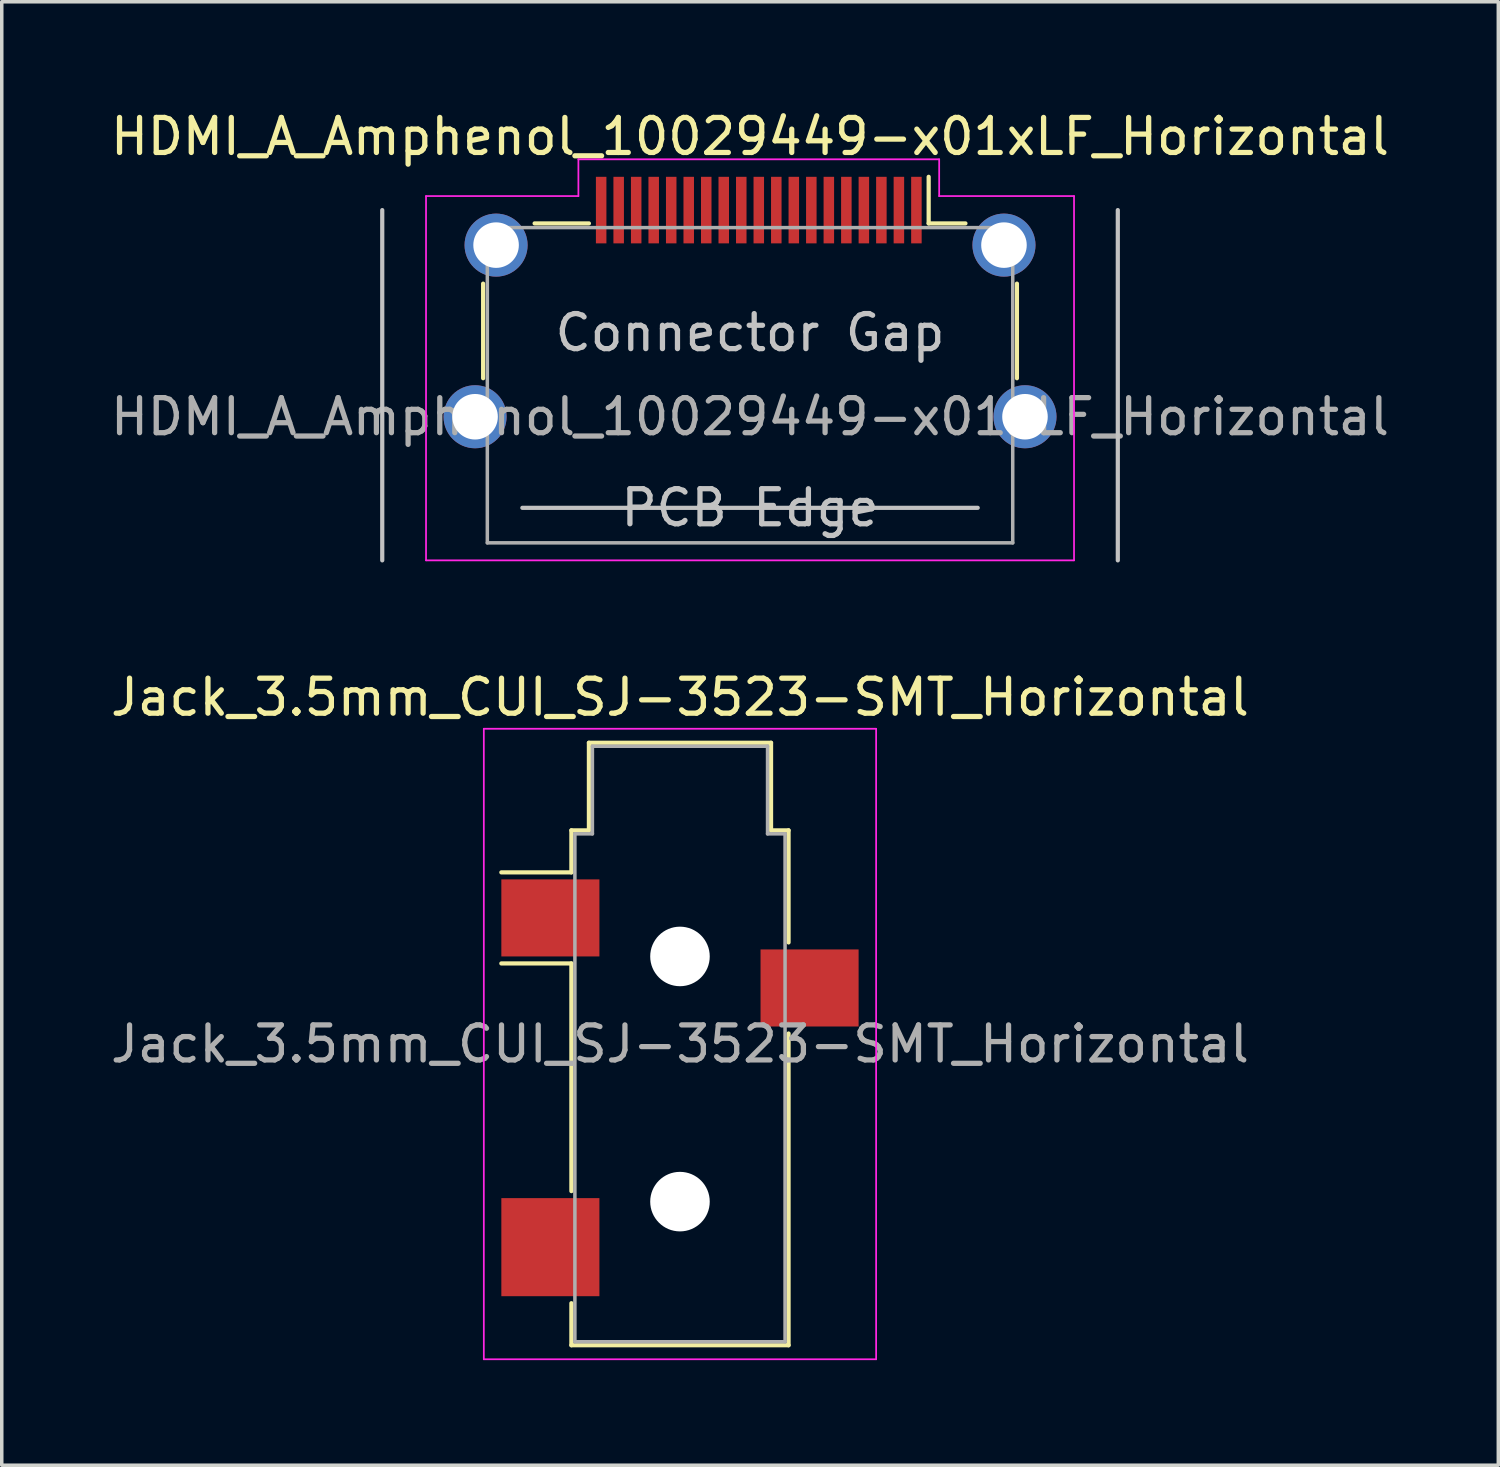
<source format=kicad_pcb>
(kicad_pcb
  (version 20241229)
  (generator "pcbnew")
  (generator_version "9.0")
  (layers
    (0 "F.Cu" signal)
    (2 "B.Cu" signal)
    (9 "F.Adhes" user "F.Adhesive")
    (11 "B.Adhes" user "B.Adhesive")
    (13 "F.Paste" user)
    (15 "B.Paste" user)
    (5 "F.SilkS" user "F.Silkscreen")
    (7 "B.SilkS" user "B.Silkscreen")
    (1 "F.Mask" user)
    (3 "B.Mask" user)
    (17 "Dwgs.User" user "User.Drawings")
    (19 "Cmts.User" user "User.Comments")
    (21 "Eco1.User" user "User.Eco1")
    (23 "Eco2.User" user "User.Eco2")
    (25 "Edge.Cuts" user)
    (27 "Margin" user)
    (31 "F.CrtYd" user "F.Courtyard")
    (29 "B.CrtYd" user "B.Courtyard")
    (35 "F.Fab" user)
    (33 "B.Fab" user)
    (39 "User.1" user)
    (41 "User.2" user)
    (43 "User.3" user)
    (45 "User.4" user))
  (footprint "Jack_3.5mm_CUI_SJ-3523-SMT_Horizontal"
    (layer "F.Cu")
    (at 16.363 26.756)
    (property "Reference" "Jack_3.5mm_CUI_SJ-3523-SMT_Horizontal" (at 0 -9.9 0) (layer "F.SilkS") (effects (font (size 1 1) (thickness 0.15))))
    (attr smd)
    (fp_line (start -3.1 -6.1) (end -2.6 -6.1) (stroke (width 0.12) (type solid)) (layer "F.SilkS"))
    (fp_line (start -3.1 -4.9) (end -5.1 -4.9) (stroke (width 0.12) (type solid)) (layer "F.SilkS"))
    (fp_line (start -3.1 -4.9) (end -3.1 -6.1) (stroke (width 0.12) (type solid)) (layer "F.SilkS"))
    (fp_line (start -3.1 -2.3) (end -5.1 -2.3) (stroke (width 0.12) (type solid)) (layer "F.SilkS"))
    (fp_line (start -3.1 4.2) (end -3.1 -2.3) (stroke (width 0.12) (type solid)) (layer "F.SilkS"))
    (fp_line (start -3.1 8.6) (end -3.1 7.4) (stroke (width 0.12) (type solid)) (layer "F.SilkS"))
    (fp_line (start -2.6 -8.6) (end 2.6 -8.6) (stroke (width 0.12) (type solid)) (layer "F.SilkS"))
    (fp_line (start -2.6 -6.1) (end -2.6 -8.6) (stroke (width 0.12) (type solid)) (layer "F.SilkS"))
    (fp_line (start 2.6 -8.6) (end 2.6 -6.1) (stroke (width 0.12) (type solid)) (layer "F.SilkS"))
    (fp_line (start 2.6 -6.1) (end 3.1 -6.1) (stroke (width 0.12) (type solid)) (layer "F.SilkS"))
    (fp_line (start 3.1 -6.1) (end 3.1 -2.9) (stroke (width 0.12) (type solid)) (layer "F.SilkS"))
    (fp_line (start 3.1 -0.3) (end 3.1 8.6) (stroke (width 0.12) (type solid)) (layer "F.SilkS"))
    (fp_line (start 3.1 8.6) (end -3.1 8.6) (stroke (width 0.12) (type solid)) (layer "F.SilkS"))
    (fp_line (start -5.6 -9) (end 5.6 -9) (stroke (width 0.05) (type solid)) (layer "F.CrtYd"))
    (fp_line (start -5.6 9) (end -5.6 -9) (stroke (width 0.05) (type solid)) (layer "F.CrtYd"))
    (fp_line (start 5.6 -9) (end 5.6 9) (stroke (width 0.05) (type solid)) (layer "F.CrtYd"))
    (fp_line (start 5.6 9) (end -5.6 9) (stroke (width 0.05) (type solid)) (layer "F.CrtYd"))
    (fp_line (start -3 -6) (end -2.5 -6) (stroke (width 0.1) (type solid)) (layer "F.Fab"))
    (fp_line (start -3 8.5) (end -3 -6) (stroke (width 0.1) (type solid)) (layer "F.Fab"))
    (fp_line (start -2.5 -8.5) (end 2.5 -8.5) (stroke (width 0.1) (type solid)) (layer "F.Fab"))
    (fp_line (start -2.5 -6) (end -2.5 -8.5) (stroke (width 0.1) (type solid)) (layer "F.Fab"))
    (fp_line (start 2.5 -8.5) (end 2.5 -6) (stroke (width 0.1) (type solid)) (layer "F.Fab"))
    (fp_line (start 2.5 -6) (end 3 -6) (stroke (width 0.1) (type solid)) (layer "F.Fab"))
    (fp_line (start 3 -6) (end 3 8.5) (stroke (width 0.1) (type solid)) (layer "F.Fab"))
    (fp_line (start 3 8.5) (end -3 8.5) (stroke (width 0.1) (type solid)) (layer "F.Fab"))
    (fp_text user "${REFERENCE}" (at 0 0 0) (layer "F.Fab") (effects (font (size 1 1) (thickness 0.15))))
    (pad "" np_thru_hole circle (at 0 -2.5) (size 1.7 1.7) (drill 1.7) (layers "*.Cu" "*.Mask"))
    (pad "" np_thru_hole circle (at 0 4.5) (size 1.7 1.7) (drill 1.7) (layers "*.Cu" "*.Mask"))
    (pad "R" smd rect (at 3.7 -1.6) (size 2.8 2.2) (layers "F.Cu" "F.Mask" "F.Paste"))
    (pad "S" smd rect (at -3.7 -3.6) (size 2.8 2.2) (layers "F.Cu" "F.Mask" "F.Paste"))
    (pad "T" smd rect (at -3.7 5.8) (size 2.8 2.8) (layers "F.Cu" "F.Mask" "F.Paste")))
  (footprint "HDMI_A_Amphenol_10029449-x01xLF_Horizontal"
    (layer "F.Cu")
    (at 18.363 7.948)
    (property "Reference" "HDMI_A_Amphenol_10029449-x01xLF_Horizontal" (at 0 -7.1 0) (unlocked yes) (layer "F.SilkS") (effects (font (size 1 1) (thickness 0.15))))
    (attr smd)
    (fp_line (start -7.62 -0.2) (end -7.62 -2.9) (stroke (width 0.12) (type solid)) (layer "F.SilkS"))
    (fp_line (start -6.15 -4.62) (end -4.6 -4.62) (stroke (width 0.12) (type solid)) (layer "F.SilkS"))
    (fp_line (start 5.1 -5.95) (end 5.1 -4.62) (stroke (width 0.12) (type solid)) (layer "F.SilkS"))
    (fp_line (start 5.1 -4.62) (end 6.15 -4.62) (stroke (width 0.12) (type solid)) (layer "F.SilkS"))
    (fp_line (start 7.62 -2.9) (end 7.62 -0.2) (stroke (width 0.12) (type solid)) (layer "F.SilkS"))
    (fp_line (start -10.5 5) (end -10.5 -5) (stroke (width 0.12) (type solid)) (layer "Dwgs.User"))
    (fp_line (start -6.5 3.5) (end 6.5 3.5) (stroke (width 0.12) (type solid)) (layer "Dwgs.User"))
    (fp_line (start 10.5 5) (end 10.5 -5) (stroke (width 0.12) (type solid)) (layer "Dwgs.User"))
    (fp_line (start -9.25 -5.4) (end -4.9 -5.4) (stroke (width 0.05) (type solid)) (layer "F.CrtYd"))
    (fp_line (start -9.25 5) (end -9.25 -5.4) (stroke (width 0.05) (type solid)) (layer "F.CrtYd"))
    (fp_line (start -4.9 -6.45) (end 5.4 -6.45) (stroke (width 0.05) (type solid)) (layer "F.CrtYd"))
    (fp_line (start -4.9 -5.4) (end -4.9 -6.45) (stroke (width 0.05) (type solid)) (layer "F.CrtYd"))
    (fp_line (start 5.4 -6.45) (end 5.4 -5.4) (stroke (width 0.05) (type solid)) (layer "F.CrtYd"))
    (fp_line (start 5.4 -5.4) (end 9.25 -5.4) (stroke (width 0.05) (type solid)) (layer "F.CrtYd"))
    (fp_line (start 9.25 -5.4) (end 9.25 5) (stroke (width 0.05) (type solid)) (layer "F.CrtYd"))
    (fp_line (start 9.25 5) (end -9.25 5) (stroke (width 0.05) (type solid)) (layer "F.CrtYd"))
    (fp_line (start -7.5 4.5) (end -7.5 -4.5) (stroke (width 0.1) (type solid)) (layer "F.Fab"))
    (fp_line (start -7.5 4.5) (end 7.5 4.5) (stroke (width 0.1) (type solid)) (layer "F.Fab"))
    (fp_line (start 7.5 -4.5) (end -7.5 -4.5) (stroke (width 0.1) (type solid)) (layer "F.Fab"))
    (fp_line (start 7.5 4.5) (end 7.5 -4.5) (stroke (width 0.1) (type solid)) (layer "F.Fab"))
    (fp_text user "PCB Edge" (at 0 3.5 0) (unlocked yes) (layer "Dwgs.User") (effects (font (size 1 1) (thickness 0.15))))
    (fp_text user "Connector Gap" (at 0 -1.5 0) (unlocked yes) (layer "Dwgs.User") (effects (font (size 1 1) (thickness 0.15))))
    (fp_text user "${REFERENCE}" (at 0 0.9 0) (unlocked yes) (layer "F.Fab") (effects (font (size 1 1) (thickness 0.15))))
    (pad "1" smd rect (at 4.75 -5) (size 0.3 1.9) (layers "F.Cu" "F.Mask" "F.Paste"))
    (pad "2" smd rect (at 4.25 -5) (size 0.3 1.9) (layers "F.Cu" "F.Mask" "F.Paste"))
    (pad "3" smd rect (at 3.75 -5) (size 0.3 1.9) (layers "F.Cu" "F.Mask" "F.Paste"))
    (pad "4" smd rect (at 3.25 -5) (size 0.3 1.9) (layers "F.Cu" "F.Mask" "F.Paste"))
    (pad "5" smd rect (at 2.75 -5) (size 0.3 1.9) (layers "F.Cu" "F.Mask" "F.Paste"))
    (pad "6" smd rect (at 2.25 -5) (size 0.3 1.9) (layers "F.Cu" "F.Mask" "F.Paste"))
    (pad "7" smd rect (at 1.75 -5) (size 0.3 1.9) (layers "F.Cu" "F.Mask" "F.Paste"))
    (pad "8" smd rect (at 1.25 -5) (size 0.3 1.9) (layers "F.Cu" "F.Mask" "F.Paste"))
    (pad "9" smd rect (at 0.75 -5) (size 0.3 1.9) (layers "F.Cu" "F.Mask" "F.Paste"))
    (pad "10" smd rect (at 0.25 -5) (size 0.3 1.9) (layers "F.Cu" "F.Mask" "F.Paste"))
    (pad "11" smd rect (at -0.25 -5) (size 0.3 1.9) (layers "F.Cu" "F.Mask" "F.Paste"))
    (pad "12" smd rect (at -0.75 -5) (size 0.3 1.9) (layers "F.Cu" "F.Mask" "F.Paste"))
    (pad "13" smd rect (at -1.25 -5) (size 0.3 1.9) (layers "F.Cu" "F.Mask" "F.Paste"))
    (pad "14" smd rect (at -1.75 -5) (size 0.3 1.9) (layers "F.Cu" "F.Mask" "F.Paste"))
    (pad "15" smd rect (at -2.25 -5) (size 0.3 1.9) (layers "F.Cu" "F.Mask" "F.Paste"))
    (pad "16" smd rect (at -2.75 -5) (size 0.3 1.9) (layers "F.Cu" "F.Mask" "F.Paste"))
    (pad "17" smd rect (at -3.25 -5) (size 0.3 1.9) (layers "F.Cu" "F.Mask" "F.Paste"))
    (pad "18" smd rect (at -3.75 -5) (size 0.3 1.9) (layers "F.Cu" "F.Mask" "F.Paste"))
    (pad "19" smd rect (at -4.25 -5) (size 0.3 1.9) (layers "F.Cu" "F.Mask" "F.Paste"))
    (pad "SH" thru_hole circle (at -7.85 0.9) (size 1.8 1.8) (drill 1.3) (layers "*.Cu" "*.Mask"))
    (pad "SH" thru_hole circle (at -7.25 -4) (size 1.8 1.8) (drill 1.3) (layers "*.Cu" "*.Mask"))
    (pad "SH" thru_hole circle (at 7.25 -4) (size 1.8 1.8) (drill 1.3) (layers "*.Cu" "*.Mask"))
    (pad "SH" thru_hole circle (at 7.85 0.9) (size 1.8 1.8) (drill 1.3) (layers "*.Cu" "*.Mask")))
  (gr_rect
    (start -3 -3)
    (end 39.726 38.782)
    (stroke (width 0.1) (type default))
    (fill no)
    (layer "Edge.Cuts")))
</source>
